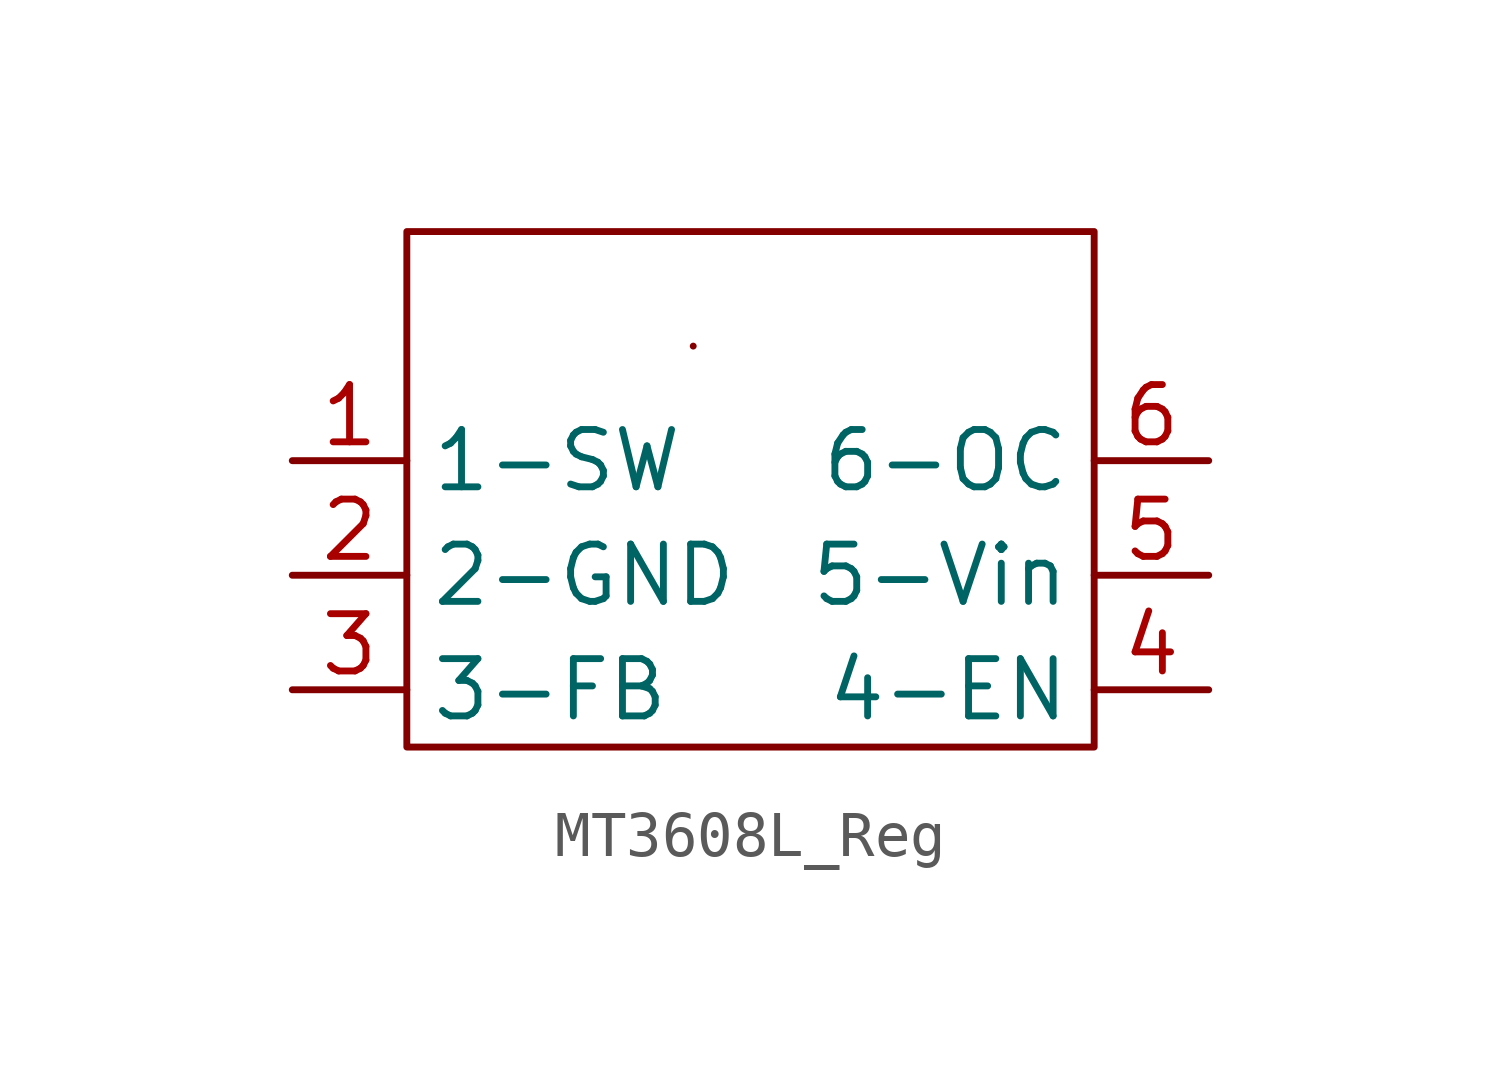
<source format=kicad_sym>
(kicad_symbol_lib
  (version 20241209)
  (generator "kicad_symbol_editor")
  (generator_version "9.0")
  (symbol "MT3608L_Reg"
    (property "Reference" "MT3608L_REG"
      (at 0 5.842 0)
      (effects (font (size 1.27 1.27) (color 0 34 255 1)) (hide yes)))
    (property "Value" ""
      (at 0 0 0)
      (effects (font (size 1.27 1.27))))
    (symbol "MT3608L_Reg_0_1"
      (polyline (pts (xy -7.62 7.62) (xy -7.62 -3.81) (xy 7.62 -3.81) (xy 7.62 7.62) (xy -7.62 7.62)) (stroke (width 0) (type default)) (fill (type none)))
      (polyline (pts (xy -1.27 5.08) (xy -1.27 5.08)) (stroke (width 0) (type default)) (fill (type none))))
    (symbol "MT3608L_Reg_1_1"
      (pin output line (at -10.16 2.54 0) (length 2.54) (name "1-SW" (effects (font (size 1.27 1.27)))) (number "1" (effects (font (size 1.27 1.27)))))
      (pin input line (at -10.16 0 0) (length 2.54) (name "2-GND" (effects (font (size 1.27 1.27)))) (number "2" (effects (font (size 1.27 1.27)))))
      (pin input line (at -10.16 -2.54 0) (length 2.54) (name "3-FB" (effects (font (size 1.27 1.27)))) (number "3" (effects (font (size 1.27 1.27)))))
      (pin input line (at 10.16 2.54 180) (length 2.54) (name "6-OC" (effects (font (size 1.27 1.27)))) (number "6" (effects (font (size 1.27 1.27)))))
      (pin input line (at 10.16 0 180) (length 2.54) (name "5-Vin" (effects (font (size 1.27 1.27)))) (number "5" (effects (font (size 1.27 1.27)))))
      (pin input line (at 10.16 -2.54 180) (length 2.54) (name "4-EN" (effects (font (size 1.27 1.27)))) (number "4" (effects (font (size 1.27 1.27))))))))
</source>
